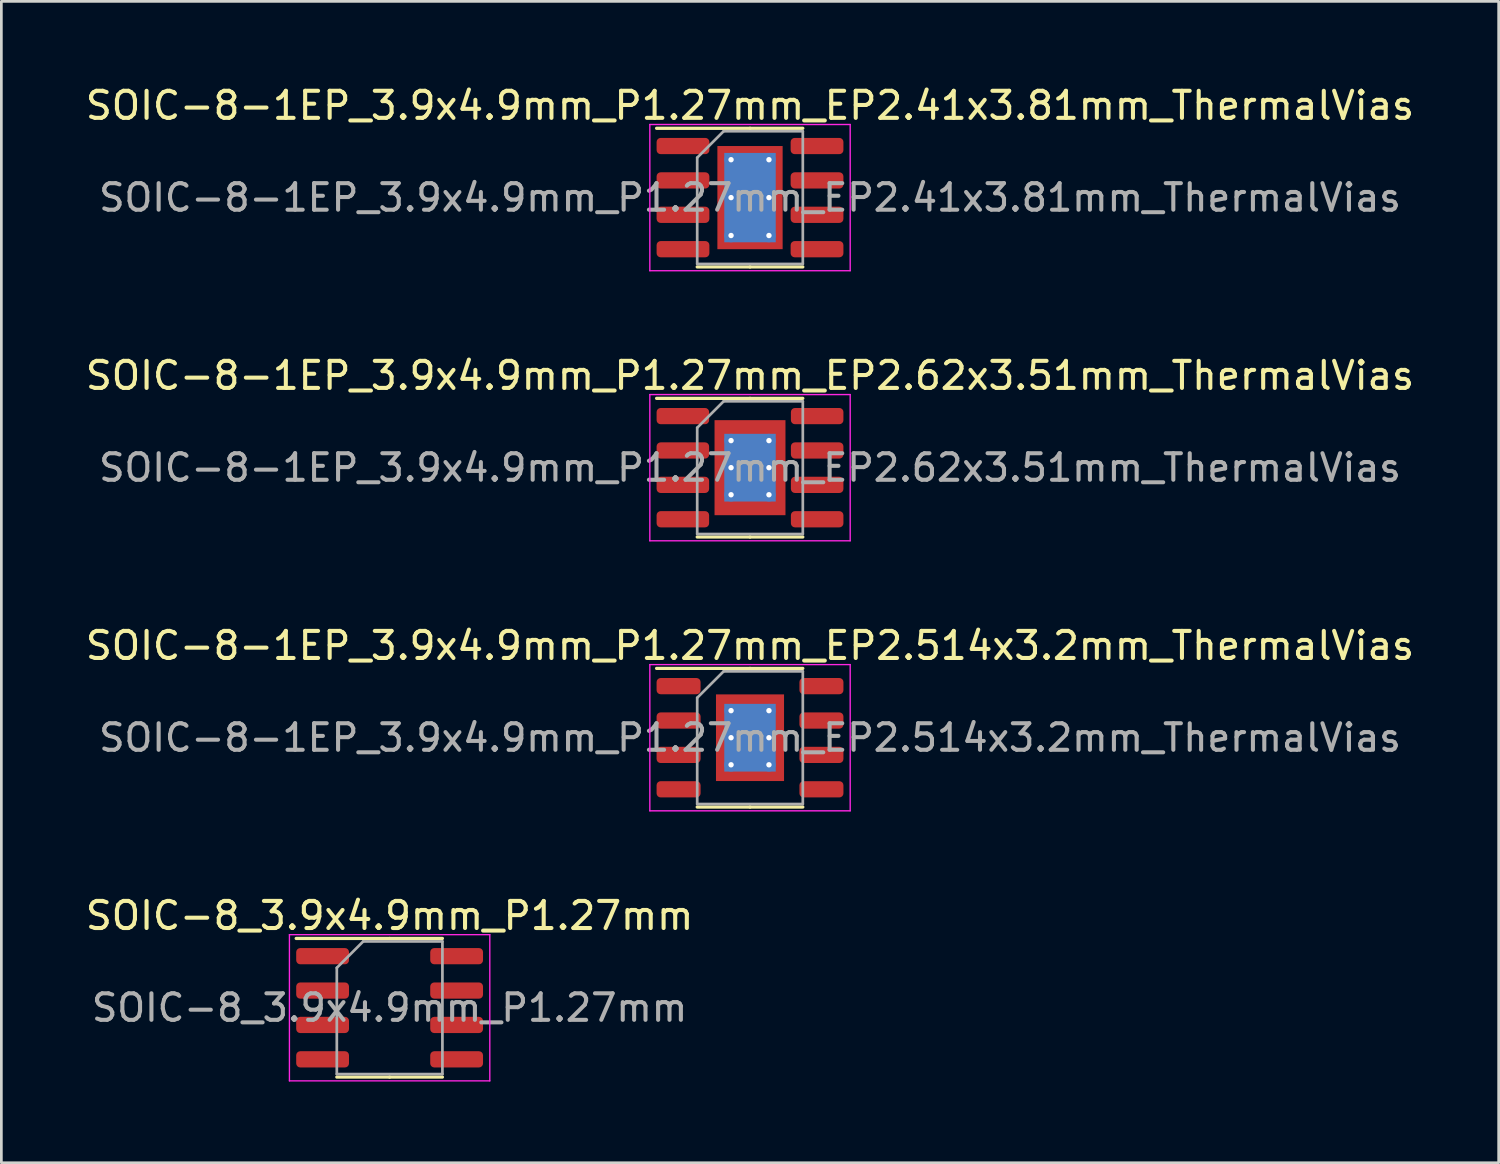
<source format=kicad_pcb>
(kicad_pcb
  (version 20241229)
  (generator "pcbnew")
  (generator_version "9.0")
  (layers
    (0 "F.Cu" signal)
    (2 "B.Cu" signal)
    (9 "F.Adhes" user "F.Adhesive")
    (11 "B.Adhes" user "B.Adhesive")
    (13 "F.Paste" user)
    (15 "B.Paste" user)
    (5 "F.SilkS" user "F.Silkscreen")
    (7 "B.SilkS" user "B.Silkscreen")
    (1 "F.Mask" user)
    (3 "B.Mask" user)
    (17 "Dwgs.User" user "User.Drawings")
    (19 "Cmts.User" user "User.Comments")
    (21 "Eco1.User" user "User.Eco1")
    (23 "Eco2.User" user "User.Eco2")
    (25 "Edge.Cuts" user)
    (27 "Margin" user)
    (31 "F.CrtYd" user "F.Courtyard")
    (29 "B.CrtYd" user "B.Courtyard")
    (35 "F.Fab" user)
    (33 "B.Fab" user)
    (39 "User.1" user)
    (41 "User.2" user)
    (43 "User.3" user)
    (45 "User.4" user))
  (footprint "SOIC-8-1EP_3.9x4.9mm_P1.27mm_EP2.514x3.2mm_ThermalVias"
    (layer "F.Cu")
    (at 24.649 24.195)
    (property "Reference" "SOIC-8-1EP_3.9x4.9mm_P1.27mm_EP2.514x3.2mm_ThermalVias" (at 0 -3.4 0) (layer "F.SilkS") (effects (font (size 1 1) (thickness 0.15))))
    (attr smd)
    (fp_line (start 0 -2.56) (end -3.45 -2.56) (stroke (width 0.12) (type solid)) (layer "F.SilkS"))
    (fp_line (start 0 -2.56) (end 1.95 -2.56) (stroke (width 0.12) (type solid)) (layer "F.SilkS"))
    (fp_line (start 0 2.56) (end -1.95 2.56) (stroke (width 0.12) (type solid)) (layer "F.SilkS"))
    (fp_line (start 0 2.56) (end 1.95 2.56) (stroke (width 0.12) (type solid)) (layer "F.SilkS"))
    (fp_line (start -3.7 -2.7) (end -3.7 2.7) (stroke (width 0.05) (type solid)) (layer "F.CrtYd"))
    (fp_line (start -3.7 2.7) (end 3.7 2.7) (stroke (width 0.05) (type solid)) (layer "F.CrtYd"))
    (fp_line (start 3.7 -2.7) (end -3.7 -2.7) (stroke (width 0.05) (type solid)) (layer "F.CrtYd"))
    (fp_line (start 3.7 2.7) (end 3.7 -2.7) (stroke (width 0.05) (type solid)) (layer "F.CrtYd"))
    (fp_line (start -1.95 -1.475) (end -0.975 -2.45) (stroke (width 0.1) (type solid)) (layer "F.Fab"))
    (fp_line (start -1.95 2.45) (end -1.95 -1.475) (stroke (width 0.1) (type solid)) (layer "F.Fab"))
    (fp_line (start -0.975 -2.45) (end 1.95 -2.45) (stroke (width 0.1) (type solid)) (layer "F.Fab"))
    (fp_line (start 1.95 -2.45) (end 1.95 2.45) (stroke (width 0.1) (type solid)) (layer "F.Fab"))
    (fp_line (start 1.95 2.45) (end -1.95 2.45) (stroke (width 0.1) (type solid)) (layer "F.Fab"))
    (fp_text user "${REFERENCE}" (at 0 0 0) (layer "F.Fab") (effects (font (size 0.98 0.98) (thickness 0.15))))
    (pad "" smd roundrect (at -0.63 -0.8) (size 1.05 1.34) (layers "F.Paste") (roundrect_rratio 0.238))
    (pad "" smd roundrect (at -0.63 0.8) (size 1.05 1.34) (layers "F.Paste") (roundrect_rratio 0.238))
    (pad "" smd roundrect (at 0.63 -0.8) (size 1.05 1.34) (layers "F.Paste") (roundrect_rratio 0.238))
    (pad "" smd roundrect (at 0.63 0.8) (size 1.05 1.34) (layers "F.Paste") (roundrect_rratio 0.238))
    (pad "1" smd roundrect (at -2.638 -1.905) (size 1.625 0.6) (layers "F.Cu" "F.Mask" "F.Paste") (roundrect_rratio 0.25))
    (pad "2" smd roundrect (at -2.638 -0.635) (size 1.625 0.6) (layers "F.Cu" "F.Mask" "F.Paste") (roundrect_rratio 0.25))
    (pad "3" smd roundrect (at -2.638 0.635) (size 1.625 0.6) (layers "F.Cu" "F.Mask" "F.Paste") (roundrect_rratio 0.25))
    (pad "4" smd roundrect (at -2.638 1.905) (size 1.625 0.6) (layers "F.Cu" "F.Mask" "F.Paste") (roundrect_rratio 0.25))
    (pad "5" smd roundrect (at 2.638 1.905) (size 1.625 0.6) (layers "F.Cu" "F.Mask" "F.Paste") (roundrect_rratio 0.25))
    (pad "6" smd roundrect (at 2.638 0.635) (size 1.625 0.6) (layers "F.Cu" "F.Mask" "F.Paste") (roundrect_rratio 0.25))
    (pad "7" smd roundrect (at 2.638 -0.635) (size 1.625 0.6) (layers "F.Cu" "F.Mask" "F.Paste") (roundrect_rratio 0.25))
    (pad "8" smd roundrect (at 2.638 -1.905) (size 1.625 0.6) (layers "F.Cu" "F.Mask" "F.Paste") (roundrect_rratio 0.25))
    (pad "9" thru_hole circle (at -0.7 -1) (size 0.5 0.5) (drill 0.2) (layers "*.Cu"))
    (pad "9" thru_hole circle (at -0.7 0) (size 0.5 0.5) (drill 0.2) (layers "*.Cu"))
    (pad "9" thru_hole circle (at -0.7 1) (size 0.5 0.5) (drill 0.2) (layers "*.Cu"))
    (pad "9" smd rect (at 0 0) (size 1.9 2.5) (layers "B.Cu"))
    (pad "9" smd rect (at 0 0) (size 2.514 3.2) (layers "F.Cu" "F.Mask"))
    (pad "9" thru_hole circle (at 0.7 -1) (size 0.5 0.5) (drill 0.2) (layers "*.Cu"))
    (pad "9" thru_hole circle (at 0.7 0) (size 0.5 0.5) (drill 0.2) (layers "*.Cu"))
    (pad "9" thru_hole circle (at 0.7 1) (size 0.5 0.5) (drill 0.2) (layers "*.Cu")))
  (footprint "SOIC-8-1EP_3.9x4.9mm_P1.27mm_EP2.41x3.81mm_ThermalVias"
    (layer "F.Cu")
    (at 24.649 4.248)
    (property "Reference" "SOIC-8-1EP_3.9x4.9mm_P1.27mm_EP2.41x3.81mm_ThermalVias" (at 0 -3.4 0) (layer "F.SilkS") (effects (font (size 1 1) (thickness 0.15))))
    (attr smd)
    (fp_line (start 0 -2.56) (end -3.45 -2.56) (stroke (width 0.12) (type solid)) (layer "F.SilkS"))
    (fp_line (start 0 -2.56) (end 1.95 -2.56) (stroke (width 0.12) (type solid)) (layer "F.SilkS"))
    (fp_line (start 0 2.56) (end -1.95 2.56) (stroke (width 0.12) (type solid)) (layer "F.SilkS"))
    (fp_line (start 0 2.56) (end 1.95 2.56) (stroke (width 0.12) (type solid)) (layer "F.SilkS"))
    (fp_line (start -3.7 -2.7) (end -3.7 2.7) (stroke (width 0.05) (type solid)) (layer "F.CrtYd"))
    (fp_line (start -3.7 2.7) (end 3.7 2.7) (stroke (width 0.05) (type solid)) (layer "F.CrtYd"))
    (fp_line (start 3.7 -2.7) (end -3.7 -2.7) (stroke (width 0.05) (type solid)) (layer "F.CrtYd"))
    (fp_line (start 3.7 2.7) (end 3.7 -2.7) (stroke (width 0.05) (type solid)) (layer "F.CrtYd"))
    (fp_line (start -1.95 -1.475) (end -0.975 -2.45) (stroke (width 0.1) (type solid)) (layer "F.Fab"))
    (fp_line (start -1.95 2.45) (end -1.95 -1.475) (stroke (width 0.1) (type solid)) (layer "F.Fab"))
    (fp_line (start -0.975 -2.45) (end 1.95 -2.45) (stroke (width 0.1) (type solid)) (layer "F.Fab"))
    (fp_line (start 1.95 -2.45) (end 1.95 2.45) (stroke (width 0.1) (type solid)) (layer "F.Fab"))
    (fp_line (start 1.95 2.45) (end -1.95 2.45) (stroke (width 0.1) (type solid)) (layer "F.Fab"))
    (fp_text user "${REFERENCE}" (at 0 0 0) (layer "F.Fab") (effects (font (size 0.98 0.98) (thickness 0.15))))
    (pad "" smd roundrect (at -0.6 -0.95) (size 1.01 1.59) (layers "F.Paste") (roundrect_rratio 0.248))
    (pad "" smd roundrect (at -0.6 0.95) (size 1.01 1.59) (layers "F.Paste") (roundrect_rratio 0.248))
    (pad "" smd roundrect (at 0.6 -0.95) (size 1.01 1.59) (layers "F.Paste") (roundrect_rratio 0.248))
    (pad "" smd roundrect (at 0.6 0.95) (size 1.01 1.59) (layers "F.Paste") (roundrect_rratio 0.248))
    (pad "1" smd roundrect (at -2.475 -1.905) (size 1.95 0.6) (layers "F.Cu" "F.Mask" "F.Paste") (roundrect_rratio 0.25))
    (pad "2" smd roundrect (at -2.475 -0.635) (size 1.95 0.6) (layers "F.Cu" "F.Mask" "F.Paste") (roundrect_rratio 0.25))
    (pad "3" smd roundrect (at -2.475 0.635) (size 1.95 0.6) (layers "F.Cu" "F.Mask" "F.Paste") (roundrect_rratio 0.25))
    (pad "4" smd roundrect (at -2.475 1.905) (size 1.95 0.6) (layers "F.Cu" "F.Mask" "F.Paste") (roundrect_rratio 0.25))
    (pad "5" smd roundrect (at 2.475 1.905) (size 1.95 0.6) (layers "F.Cu" "F.Mask" "F.Paste") (roundrect_rratio 0.25))
    (pad "6" smd roundrect (at 2.475 0.635) (size 1.95 0.6) (layers "F.Cu" "F.Mask" "F.Paste") (roundrect_rratio 0.25))
    (pad "7" smd roundrect (at 2.475 -0.635) (size 1.95 0.6) (layers "F.Cu" "F.Mask" "F.Paste") (roundrect_rratio 0.25))
    (pad "8" smd roundrect (at 2.475 -1.905) (size 1.95 0.6) (layers "F.Cu" "F.Mask" "F.Paste") (roundrect_rratio 0.25))
    (pad "9" thru_hole circle (at -0.7 -1.4) (size 0.5 0.5) (drill 0.2) (layers "*.Cu"))
    (pad "9" thru_hole circle (at -0.7 0) (size 0.5 0.5) (drill 0.2) (layers "*.Cu"))
    (pad "9" thru_hole circle (at -0.7 1.4) (size 0.5 0.5) (drill 0.2) (layers "*.Cu"))
    (pad "9" smd rect (at 0 0) (size 1.9 3.3) (layers "B.Cu"))
    (pad "9" smd rect (at 0 0) (size 2.41 3.81) (layers "F.Cu" "F.Mask"))
    (pad "9" thru_hole circle (at 0.7 -1.4) (size 0.5 0.5) (drill 0.2) (layers "*.Cu"))
    (pad "9" thru_hole circle (at 0.7 0) (size 0.5 0.5) (drill 0.2) (layers "*.Cu"))
    (pad "9" thru_hole circle (at 0.7 1.4) (size 0.5 0.5) (drill 0.2) (layers "*.Cu")))
  (footprint "SOIC-8_3.9x4.9mm_P1.27mm"
    (layer "F.Cu")
    (at 11.339 34.168)
    (property "Reference" "SOIC-8_3.9x4.9mm_P1.27mm" (at 0 -3.4 0) (layer "F.SilkS") (effects (font (size 1 1) (thickness 0.15))))
    (attr smd)
    (fp_line (start 0 -2.56) (end -3.45 -2.56) (stroke (width 0.12) (type solid)) (layer "F.SilkS"))
    (fp_line (start 0 -2.56) (end 1.95 -2.56) (stroke (width 0.12) (type solid)) (layer "F.SilkS"))
    (fp_line (start 0 2.56) (end -1.95 2.56) (stroke (width 0.12) (type solid)) (layer "F.SilkS"))
    (fp_line (start 0 2.56) (end 1.95 2.56) (stroke (width 0.12) (type solid)) (layer "F.SilkS"))
    (fp_line (start -3.7 -2.7) (end -3.7 2.7) (stroke (width 0.05) (type solid)) (layer "F.CrtYd"))
    (fp_line (start -3.7 2.7) (end 3.7 2.7) (stroke (width 0.05) (type solid)) (layer "F.CrtYd"))
    (fp_line (start 3.7 -2.7) (end -3.7 -2.7) (stroke (width 0.05) (type solid)) (layer "F.CrtYd"))
    (fp_line (start 3.7 2.7) (end 3.7 -2.7) (stroke (width 0.05) (type solid)) (layer "F.CrtYd"))
    (fp_line (start -1.95 -1.475) (end -0.975 -2.45) (stroke (width 0.1) (type solid)) (layer "F.Fab"))
    (fp_line (start -1.95 2.45) (end -1.95 -1.475) (stroke (width 0.1) (type solid)) (layer "F.Fab"))
    (fp_line (start -0.975 -2.45) (end 1.95 -2.45) (stroke (width 0.1) (type solid)) (layer "F.Fab"))
    (fp_line (start 1.95 -2.45) (end 1.95 2.45) (stroke (width 0.1) (type solid)) (layer "F.Fab"))
    (fp_line (start 1.95 2.45) (end -1.95 2.45) (stroke (width 0.1) (type solid)) (layer "F.Fab"))
    (fp_text user "${REFERENCE}" (at 0 0 0) (layer "F.Fab") (effects (font (size 0.98 0.98) (thickness 0.15))))
    (pad "1" smd roundrect (at -2.475 -1.905) (size 1.95 0.6) (layers "F.Cu" "F.Mask" "F.Paste") (roundrect_rratio 0.25))
    (pad "2" smd roundrect (at -2.475 -0.635) (size 1.95 0.6) (layers "F.Cu" "F.Mask" "F.Paste") (roundrect_rratio 0.25))
    (pad "3" smd roundrect (at -2.475 0.635) (size 1.95 0.6) (layers "F.Cu" "F.Mask" "F.Paste") (roundrect_rratio 0.25))
    (pad "4" smd roundrect (at -2.475 1.905) (size 1.95 0.6) (layers "F.Cu" "F.Mask" "F.Paste") (roundrect_rratio 0.25))
    (pad "5" smd roundrect (at 2.475 1.905) (size 1.95 0.6) (layers "F.Cu" "F.Mask" "F.Paste") (roundrect_rratio 0.25))
    (pad "6" smd roundrect (at 2.475 0.635) (size 1.95 0.6) (layers "F.Cu" "F.Mask" "F.Paste") (roundrect_rratio 0.25))
    (pad "7" smd roundrect (at 2.475 -0.635) (size 1.95 0.6) (layers "F.Cu" "F.Mask" "F.Paste") (roundrect_rratio 0.25))
    (pad "8" smd roundrect (at 2.475 -1.905) (size 1.95 0.6) (layers "F.Cu" "F.Mask" "F.Paste") (roundrect_rratio 0.25)))
  (footprint "SOIC-8-1EP_3.9x4.9mm_P1.27mm_EP2.62x3.51mm_ThermalVias"
    (layer "F.Cu")
    (at 24.649 14.222)
    (property "Reference" "SOIC-8-1EP_3.9x4.9mm_P1.27mm_EP2.62x3.51mm_ThermalVias" (at 0 -3.4 0) (layer "F.SilkS") (effects (font (size 1 1) (thickness 0.15))))
    (attr smd)
    (fp_line (start 0 -2.56) (end -3.45 -2.56) (stroke (width 0.12) (type solid)) (layer "F.SilkS"))
    (fp_line (start 0 -2.56) (end 1.95 -2.56) (stroke (width 0.12) (type solid)) (layer "F.SilkS"))
    (fp_line (start 0 2.56) (end -1.95 2.56) (stroke (width 0.12) (type solid)) (layer "F.SilkS"))
    (fp_line (start 0 2.56) (end 1.95 2.56) (stroke (width 0.12) (type solid)) (layer "F.SilkS"))
    (fp_line (start -3.7 -2.7) (end -3.7 2.7) (stroke (width 0.05) (type solid)) (layer "F.CrtYd"))
    (fp_line (start -3.7 2.7) (end 3.7 2.7) (stroke (width 0.05) (type solid)) (layer "F.CrtYd"))
    (fp_line (start 3.7 -2.7) (end -3.7 -2.7) (stroke (width 0.05) (type solid)) (layer "F.CrtYd"))
    (fp_line (start 3.7 2.7) (end 3.7 -2.7) (stroke (width 0.05) (type solid)) (layer "F.CrtYd"))
    (fp_line (start -1.95 -1.475) (end -0.975 -2.45) (stroke (width 0.1) (type solid)) (layer "F.Fab"))
    (fp_line (start -1.95 2.45) (end -1.95 -1.475) (stroke (width 0.1) (type solid)) (layer "F.Fab"))
    (fp_line (start -0.975 -2.45) (end 1.95 -2.45) (stroke (width 0.1) (type solid)) (layer "F.Fab"))
    (fp_line (start 1.95 -2.45) (end 1.95 2.45) (stroke (width 0.1) (type solid)) (layer "F.Fab"))
    (fp_line (start 1.95 2.45) (end -1.95 2.45) (stroke (width 0.1) (type solid)) (layer "F.Fab"))
    (fp_text user "${REFERENCE}" (at 0 0 0) (layer "F.Fab") (effects (font (size 0.98 0.98) (thickness 0.15))))
    (pad "" smd roundrect (at -0.655 -0.875) (size 1.1 1.47) (layers "F.Paste") (roundrect_rratio 0.227))
    (pad "" smd roundrect (at -0.655 0.875) (size 1.1 1.47) (layers "F.Paste") (roundrect_rratio 0.227))
    (pad "" smd roundrect (at 0.655 -0.875) (size 1.1 1.47) (layers "F.Paste") (roundrect_rratio 0.227))
    (pad "" smd roundrect (at 0.655 0.875) (size 1.1 1.47) (layers "F.Paste") (roundrect_rratio 0.227))
    (pad "1" smd roundrect (at -2.48 -1.905) (size 1.94 0.6) (layers "F.Cu" "F.Mask" "F.Paste") (roundrect_rratio 0.25))
    (pad "2" smd roundrect (at -2.48 -0.635) (size 1.94 0.6) (layers "F.Cu" "F.Mask" "F.Paste") (roundrect_rratio 0.25))
    (pad "3" smd roundrect (at -2.48 0.635) (size 1.94 0.6) (layers "F.Cu" "F.Mask" "F.Paste") (roundrect_rratio 0.25))
    (pad "4" smd roundrect (at -2.48 1.905) (size 1.94 0.6) (layers "F.Cu" "F.Mask" "F.Paste") (roundrect_rratio 0.25))
    (pad "5" smd roundrect (at 2.48 1.905) (size 1.94 0.6) (layers "F.Cu" "F.Mask" "F.Paste") (roundrect_rratio 0.25))
    (pad "6" smd roundrect (at 2.48 0.635) (size 1.94 0.6) (layers "F.Cu" "F.Mask" "F.Paste") (roundrect_rratio 0.25))
    (pad "7" smd roundrect (at 2.48 -0.635) (size 1.94 0.6) (layers "F.Cu" "F.Mask" "F.Paste") (roundrect_rratio 0.25))
    (pad "8" smd roundrect (at 2.48 -1.905) (size 1.94 0.6) (layers "F.Cu" "F.Mask" "F.Paste") (roundrect_rratio 0.25))
    (pad "9" thru_hole circle (at -0.7 -1) (size 0.5 0.5) (drill 0.2) (layers "*.Cu"))
    (pad "9" thru_hole circle (at -0.7 0) (size 0.5 0.5) (drill 0.2) (layers "*.Cu"))
    (pad "9" thru_hole circle (at -0.7 1) (size 0.5 0.5) (drill 0.2) (layers "*.Cu"))
    (pad "9" smd rect (at 0 0) (size 1.9 2.5) (layers "B.Cu"))
    (pad "9" smd rect (at 0 0) (size 2.62 3.51) (layers "F.Cu" "F.Mask"))
    (pad "9" thru_hole circle (at 0.7 -1) (size 0.5 0.5) (drill 0.2) (layers "*.Cu"))
    (pad "9" thru_hole circle (at 0.7 0) (size 0.5 0.5) (drill 0.2) (layers "*.Cu"))
    (pad "9" thru_hole circle (at 0.7 1) (size 0.5 0.5) (drill 0.2) (layers "*.Cu")))
  (gr_rect
    (start -3 -3)
    (end 52.298 39.893)
    (stroke (width 0.1) (type default))
    (fill no)
    (layer "Edge.Cuts")))
</source>
